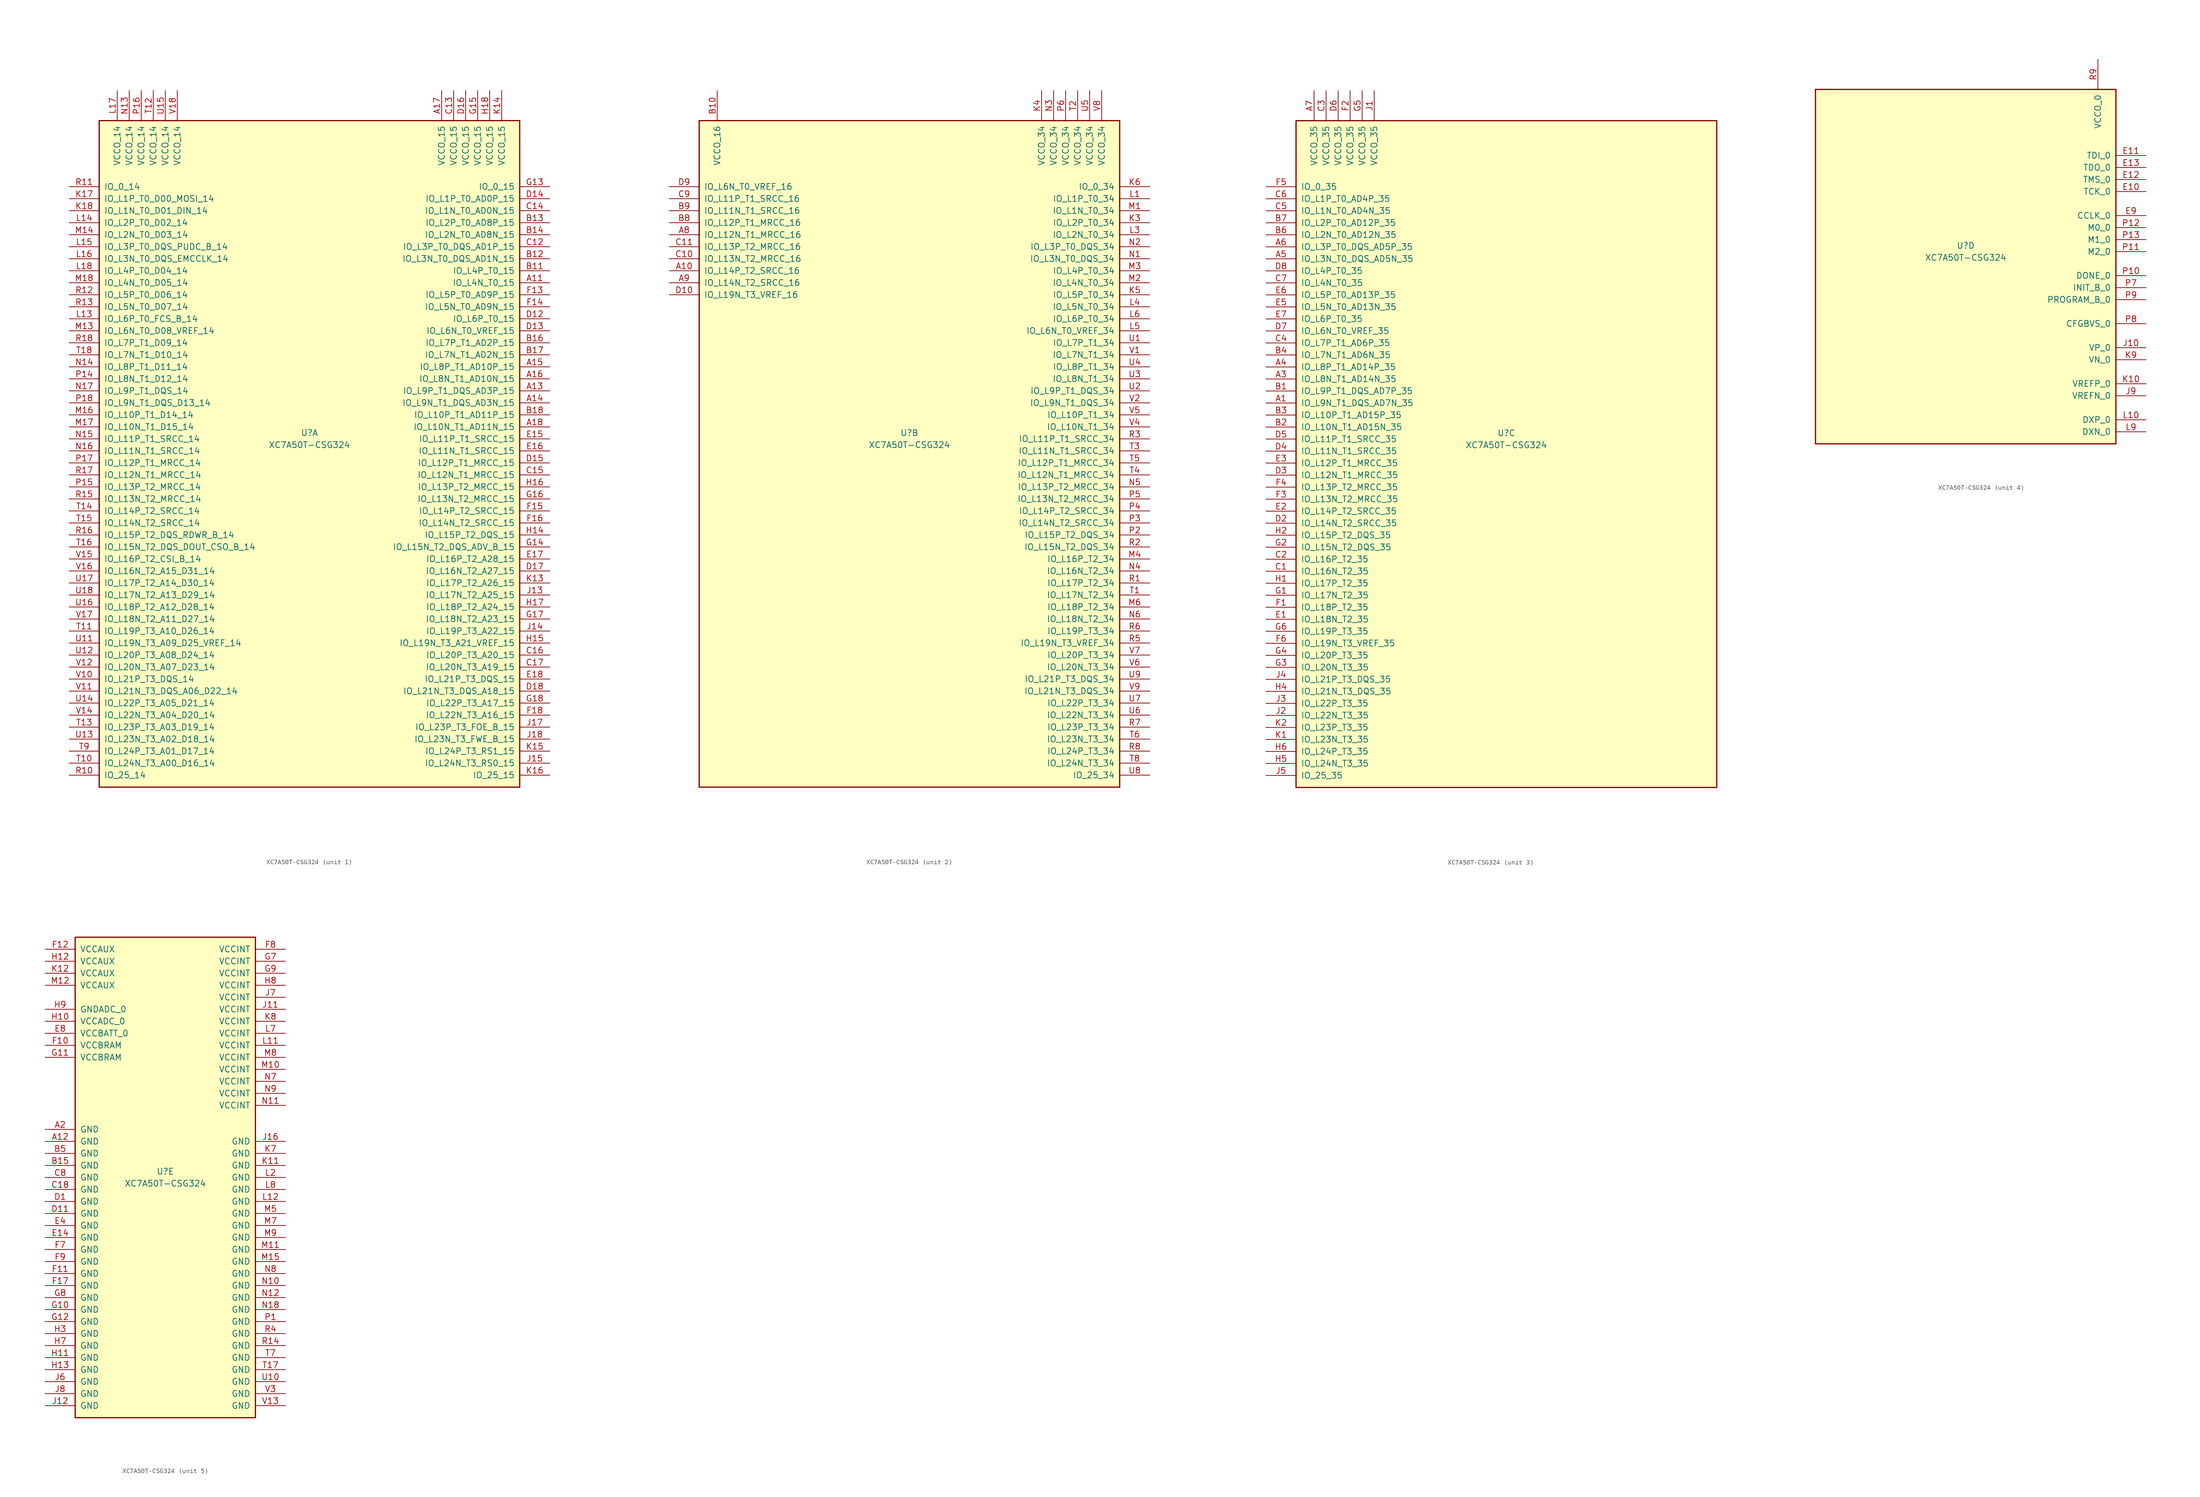
<source format=kicad_sym>
(kicad_symbol_lib
  (version 20231120)
  (generator "kicad_symbol_editor")
  (generator_version "8.0")
  (symbol "XC7A50T-CSG324"
    (pin_names
      (offset 1.016))
    (property "Reference" "U"
      (at 0 1.27 0)
      (effects (font (size 1.27 1.27))))
    (property "Value" "XC7A50T-CSG324"
      (at 0 -1.27 0)
      (effects (font (size 1.27 1.27))))
    (property "Datasheet" ""
      (at 0 0 0)
      (effects (font (size 1.27 1.27))))
    (property "ki_locked" ""
      (at 0 0 0)
      (effects (font (size 1.27 1.27))))
    (symbol "XC7A50T-CSG324_1_1"
      (rectangle (start -44.45 67.31) (end 44.45 -73.66) (stroke (width 0.254) (type solid)) (fill (type background)))
      (pin bidirectional line (at 50.8 33.02 180) (length 6.35) (name "IO_L4N_T0_15" (effects (font (size 1.27 1.27)))) (number "A11" (effects (font (size 1.27 1.27)))))
      (pin bidirectional line (at 50.8 10.16 180) (length 6.35) (name "IO_L9P_T1_DQS_AD3P_15" (effects (font (size 1.27 1.27)))) (number "A13" (effects (font (size 1.27 1.27)))))
      (pin bidirectional line (at 50.8 7.62 180) (length 6.35) (name "IO_L9N_T1_DQS_AD3N_15" (effects (font (size 1.27 1.27)))) (number "A14" (effects (font (size 1.27 1.27)))))
      (pin bidirectional line (at 50.8 15.24 180) (length 6.35) (name "IO_L8P_T1_AD10P_15" (effects (font (size 1.27 1.27)))) (number "A15" (effects (font (size 1.27 1.27)))))
      (pin bidirectional line (at 50.8 12.7 180) (length 6.35) (name "IO_L8N_T1_AD10N_15" (effects (font (size 1.27 1.27)))) (number "A16" (effects (font (size 1.27 1.27)))))
      (pin power_in line (at 27.94 73.66 270) (length 6.35) (name "VCCO_15" (effects (font (size 1.27 1.27)))) (number "A17" (effects (font (size 1.27 1.27)))))
      (pin bidirectional line (at 50.8 2.54 180) (length 6.35) (name "IO_L10N_T1_AD11N_15" (effects (font (size 1.27 1.27)))) (number "A18" (effects (font (size 1.27 1.27)))))
      (pin bidirectional line (at 50.8 35.56 180) (length 6.35) (name "IO_L4P_T0_15" (effects (font (size 1.27 1.27)))) (number "B11" (effects (font (size 1.27 1.27)))))
      (pin bidirectional line (at 50.8 38.1 180) (length 6.35) (name "IO_L3N_T0_DQS_AD1N_15" (effects (font (size 1.27 1.27)))) (number "B12" (effects (font (size 1.27 1.27)))))
      (pin bidirectional line (at 50.8 45.72 180) (length 6.35) (name "IO_L2P_T0_AD8P_15" (effects (font (size 1.27 1.27)))) (number "B13" (effects (font (size 1.27 1.27)))))
      (pin bidirectional line (at 50.8 43.18 180) (length 6.35) (name "IO_L2N_T0_AD8N_15" (effects (font (size 1.27 1.27)))) (number "B14" (effects (font (size 1.27 1.27)))))
      (pin bidirectional line (at 50.8 20.32 180) (length 6.35) (name "IO_L7P_T1_AD2P_15" (effects (font (size 1.27 1.27)))) (number "B16" (effects (font (size 1.27 1.27)))))
      (pin bidirectional line (at 50.8 17.78 180) (length 6.35) (name "IO_L7N_T1_AD2N_15" (effects (font (size 1.27 1.27)))) (number "B17" (effects (font (size 1.27 1.27)))))
      (pin bidirectional line (at 50.8 5.08 180) (length 6.35) (name "IO_L10P_T1_AD11P_15" (effects (font (size 1.27 1.27)))) (number "B18" (effects (font (size 1.27 1.27)))))
      (pin bidirectional line (at 50.8 40.64 180) (length 6.35) (name "IO_L3P_T0_DQS_AD1P_15" (effects (font (size 1.27 1.27)))) (number "C12" (effects (font (size 1.27 1.27)))))
      (pin power_in line (at 30.48 73.66 270) (length 6.35) (name "VCCO_15" (effects (font (size 1.27 1.27)))) (number "C13" (effects (font (size 1.27 1.27)))))
      (pin bidirectional line (at 50.8 48.26 180) (length 6.35) (name "IO_L1N_T0_AD0N_15" (effects (font (size 1.27 1.27)))) (number "C14" (effects (font (size 1.27 1.27)))))
      (pin bidirectional line (at 50.8 -7.62 180) (length 6.35) (name "IO_L12N_T1_MRCC_15" (effects (font (size 1.27 1.27)))) (number "C15" (effects (font (size 1.27 1.27)))))
      (pin bidirectional line (at 50.8 -45.72 180) (length 6.35) (name "IO_L20P_T3_A20_15" (effects (font (size 1.27 1.27)))) (number "C16" (effects (font (size 1.27 1.27)))))
      (pin bidirectional line (at 50.8 -48.26 180) (length 6.35) (name "IO_L20N_T3_A19_15" (effects (font (size 1.27 1.27)))) (number "C17" (effects (font (size 1.27 1.27)))))
      (pin bidirectional line (at 50.8 25.4 180) (length 6.35) (name "IO_L6P_T0_15" (effects (font (size 1.27 1.27)))) (number "D12" (effects (font (size 1.27 1.27)))))
      (pin bidirectional line (at 50.8 22.86 180) (length 6.35) (name "IO_L6N_T0_VREF_15" (effects (font (size 1.27 1.27)))) (number "D13" (effects (font (size 1.27 1.27)))))
      (pin bidirectional line (at 50.8 50.8 180) (length 6.35) (name "IO_L1P_T0_AD0P_15" (effects (font (size 1.27 1.27)))) (number "D14" (effects (font (size 1.27 1.27)))))
      (pin bidirectional line (at 50.8 -5.08 180) (length 6.35) (name "IO_L12P_T1_MRCC_15" (effects (font (size 1.27 1.27)))) (number "D15" (effects (font (size 1.27 1.27)))))
      (pin power_in line (at 33.02 73.66 270) (length 6.35) (name "VCCO_15" (effects (font (size 1.27 1.27)))) (number "D16" (effects (font (size 1.27 1.27)))))
      (pin bidirectional line (at 50.8 -27.94 180) (length 6.35) (name "IO_L16N_T2_A27_15" (effects (font (size 1.27 1.27)))) (number "D17" (effects (font (size 1.27 1.27)))))
      (pin bidirectional line (at 50.8 -53.34 180) (length 6.35) (name "IO_L21N_T3_DQS_A18_15" (effects (font (size 1.27 1.27)))) (number "D18" (effects (font (size 1.27 1.27)))))
      (pin bidirectional line (at 50.8 0 180) (length 6.35) (name "IO_L11P_T1_SRCC_15" (effects (font (size 1.27 1.27)))) (number "E15" (effects (font (size 1.27 1.27)))))
      (pin bidirectional line (at 50.8 -2.54 180) (length 6.35) (name "IO_L11N_T1_SRCC_15" (effects (font (size 1.27 1.27)))) (number "E16" (effects (font (size 1.27 1.27)))))
      (pin bidirectional line (at 50.8 -25.4 180) (length 6.35) (name "IO_L16P_T2_A28_15" (effects (font (size 1.27 1.27)))) (number "E17" (effects (font (size 1.27 1.27)))))
      (pin bidirectional line (at 50.8 -50.8 180) (length 6.35) (name "IO_L21P_T3_DQS_15" (effects (font (size 1.27 1.27)))) (number "E18" (effects (font (size 1.27 1.27)))))
      (pin bidirectional line (at 50.8 30.48 180) (length 6.35) (name "IO_L5P_T0_AD9P_15" (effects (font (size 1.27 1.27)))) (number "F13" (effects (font (size 1.27 1.27)))))
      (pin bidirectional line (at 50.8 27.94 180) (length 6.35) (name "IO_L5N_T0_AD9N_15" (effects (font (size 1.27 1.27)))) (number "F14" (effects (font (size 1.27 1.27)))))
      (pin bidirectional line (at 50.8 -15.24 180) (length 6.35) (name "IO_L14P_T2_SRCC_15" (effects (font (size 1.27 1.27)))) (number "F15" (effects (font (size 1.27 1.27)))))
      (pin bidirectional line (at 50.8 -17.78 180) (length 6.35) (name "IO_L14N_T2_SRCC_15" (effects (font (size 1.27 1.27)))) (number "F16" (effects (font (size 1.27 1.27)))))
      (pin bidirectional line (at 50.8 -58.42 180) (length 6.35) (name "IO_L22N_T3_A16_15" (effects (font (size 1.27 1.27)))) (number "F18" (effects (font (size 1.27 1.27)))))
      (pin bidirectional line (at 50.8 53.34 180) (length 6.35) (name "IO_0_15" (effects (font (size 1.27 1.27)))) (number "G13" (effects (font (size 1.27 1.27)))))
      (pin bidirectional line (at 50.8 -22.86 180) (length 6.35) (name "IO_L15N_T2_DQS_ADV_B_15" (effects (font (size 1.27 1.27)))) (number "G14" (effects (font (size 1.27 1.27)))))
      (pin power_in line (at 35.56 73.66 270) (length 6.35) (name "VCCO_15" (effects (font (size 1.27 1.27)))) (number "G15" (effects (font (size 1.27 1.27)))))
      (pin bidirectional line (at 50.8 -12.7 180) (length 6.35) (name "IO_L13N_T2_MRCC_15" (effects (font (size 1.27 1.27)))) (number "G16" (effects (font (size 1.27 1.27)))))
      (pin bidirectional line (at 50.8 -38.1 180) (length 6.35) (name "IO_L18N_T2_A23_15" (effects (font (size 1.27 1.27)))) (number "G17" (effects (font (size 1.27 1.27)))))
      (pin bidirectional line (at 50.8 -55.88 180) (length 6.35) (name "IO_L22P_T3_A17_15" (effects (font (size 1.27 1.27)))) (number "G18" (effects (font (size 1.27 1.27)))))
      (pin bidirectional line (at 50.8 -20.32 180) (length 6.35) (name "IO_L15P_T2_DQS_15" (effects (font (size 1.27 1.27)))) (number "H14" (effects (font (size 1.27 1.27)))))
      (pin bidirectional line (at 50.8 -43.18 180) (length 6.35) (name "IO_L19N_T3_A21_VREF_15" (effects (font (size 1.27 1.27)))) (number "H15" (effects (font (size 1.27 1.27)))))
      (pin bidirectional line (at 50.8 -10.16 180) (length 6.35) (name "IO_L13P_T2_MRCC_15" (effects (font (size 1.27 1.27)))) (number "H16" (effects (font (size 1.27 1.27)))))
      (pin bidirectional line (at 50.8 -35.56 180) (length 6.35) (name "IO_L18P_T2_A24_15" (effects (font (size 1.27 1.27)))) (number "H17" (effects (font (size 1.27 1.27)))))
      (pin power_in line (at 38.1 73.66 270) (length 6.35) (name "VCCO_15" (effects (font (size 1.27 1.27)))) (number "H18" (effects (font (size 1.27 1.27)))))
      (pin bidirectional line (at 50.8 -33.02 180) (length 6.35) (name "IO_L17N_T2_A25_15" (effects (font (size 1.27 1.27)))) (number "J13" (effects (font (size 1.27 1.27)))))
      (pin bidirectional line (at 50.8 -40.64 180) (length 6.35) (name "IO_L19P_T3_A22_15" (effects (font (size 1.27 1.27)))) (number "J14" (effects (font (size 1.27 1.27)))))
      (pin bidirectional line (at 50.8 -68.58 180) (length 6.35) (name "IO_L24N_T3_RS0_15" (effects (font (size 1.27 1.27)))) (number "J15" (effects (font (size 1.27 1.27)))))
      (pin bidirectional line (at 50.8 -60.96 180) (length 6.35) (name "IO_L23P_T3_FOE_B_15" (effects (font (size 1.27 1.27)))) (number "J17" (effects (font (size 1.27 1.27)))))
      (pin bidirectional line (at 50.8 -63.5 180) (length 6.35) (name "IO_L23N_T3_FWE_B_15" (effects (font (size 1.27 1.27)))) (number "J18" (effects (font (size 1.27 1.27)))))
      (pin bidirectional line (at 50.8 -30.48 180) (length 6.35) (name "IO_L17P_T2_A26_15" (effects (font (size 1.27 1.27)))) (number "K13" (effects (font (size 1.27 1.27)))))
      (pin power_in line (at 40.64 73.66 270) (length 6.35) (name "VCCO_15" (effects (font (size 1.27 1.27)))) (number "K14" (effects (font (size 1.27 1.27)))))
      (pin bidirectional line (at 50.8 -66.04 180) (length 6.35) (name "IO_L24P_T3_RS1_15" (effects (font (size 1.27 1.27)))) (number "K15" (effects (font (size 1.27 1.27)))))
      (pin bidirectional line (at 50.8 -71.12 180) (length 6.35) (name "IO_25_15" (effects (font (size 1.27 1.27)))) (number "K16" (effects (font (size 1.27 1.27)))))
      (pin bidirectional line (at -50.8 50.8 0) (length 6.35) (name "IO_L1P_T0_D00_MOSI_14" (effects (font (size 1.27 1.27)))) (number "K17" (effects (font (size 1.27 1.27)))))
      (pin bidirectional line (at -50.8 48.26 0) (length 6.35) (name "IO_L1N_T0_D01_DIN_14" (effects (font (size 1.27 1.27)))) (number "K18" (effects (font (size 1.27 1.27)))))
      (pin bidirectional line (at -50.8 25.4 0) (length 6.35) (name "IO_L6P_T0_FCS_B_14" (effects (font (size 1.27 1.27)))) (number "L13" (effects (font (size 1.27 1.27)))))
      (pin bidirectional line (at -50.8 45.72 0) (length 6.35) (name "IO_L2P_T0_D02_14" (effects (font (size 1.27 1.27)))) (number "L14" (effects (font (size 1.27 1.27)))))
      (pin bidirectional line (at -50.8 40.64 0) (length 6.35) (name "IO_L3P_T0_DQS_PUDC_B_14" (effects (font (size 1.27 1.27)))) (number "L15" (effects (font (size 1.27 1.27)))))
      (pin bidirectional line (at -50.8 38.1 0) (length 6.35) (name "IO_L3N_T0_DQS_EMCCLK_14" (effects (font (size 1.27 1.27)))) (number "L16" (effects (font (size 1.27 1.27)))))
      (pin power_in line (at -40.64 73.66 270) (length 6.35) (name "VCCO_14" (effects (font (size 1.27 1.27)))) (number "L17" (effects (font (size 1.27 1.27)))))
      (pin bidirectional line (at -50.8 35.56 0) (length 6.35) (name "IO_L4P_T0_D04_14" (effects (font (size 1.27 1.27)))) (number "L18" (effects (font (size 1.27 1.27)))))
      (pin bidirectional line (at -50.8 22.86 0) (length 6.35) (name "IO_L6N_T0_D08_VREF_14" (effects (font (size 1.27 1.27)))) (number "M13" (effects (font (size 1.27 1.27)))))
      (pin bidirectional line (at -50.8 43.18 0) (length 6.35) (name "IO_L2N_T0_D03_14" (effects (font (size 1.27 1.27)))) (number "M14" (effects (font (size 1.27 1.27)))))
      (pin bidirectional line (at -50.8 5.08 0) (length 6.35) (name "IO_L10P_T1_D14_14" (effects (font (size 1.27 1.27)))) (number "M16" (effects (font (size 1.27 1.27)))))
      (pin bidirectional line (at -50.8 2.54 0) (length 6.35) (name "IO_L10N_T1_D15_14" (effects (font (size 1.27 1.27)))) (number "M17" (effects (font (size 1.27 1.27)))))
      (pin bidirectional line (at -50.8 33.02 0) (length 6.35) (name "IO_L4N_T0_D05_14" (effects (font (size 1.27 1.27)))) (number "M18" (effects (font (size 1.27 1.27)))))
      (pin power_in line (at -38.1 73.66 270) (length 6.35) (name "VCCO_14" (effects (font (size 1.27 1.27)))) (number "N13" (effects (font (size 1.27 1.27)))))
      (pin bidirectional line (at -50.8 15.24 0) (length 6.35) (name "IO_L8P_T1_D11_14" (effects (font (size 1.27 1.27)))) (number "N14" (effects (font (size 1.27 1.27)))))
      (pin bidirectional line (at -50.8 0 0) (length 6.35) (name "IO_L11P_T1_SRCC_14" (effects (font (size 1.27 1.27)))) (number "N15" (effects (font (size 1.27 1.27)))))
      (pin bidirectional line (at -50.8 -2.54 0) (length 6.35) (name "IO_L11N_T1_SRCC_14" (effects (font (size 1.27 1.27)))) (number "N16" (effects (font (size 1.27 1.27)))))
      (pin bidirectional line (at -50.8 10.16 0) (length 6.35) (name "IO_L9P_T1_DQS_14" (effects (font (size 1.27 1.27)))) (number "N17" (effects (font (size 1.27 1.27)))))
      (pin bidirectional line (at -50.8 12.7 0) (length 6.35) (name "IO_L8N_T1_D12_14" (effects (font (size 1.27 1.27)))) (number "P14" (effects (font (size 1.27 1.27)))))
      (pin bidirectional line (at -50.8 -10.16 0) (length 6.35) (name "IO_L13P_T2_MRCC_14" (effects (font (size 1.27 1.27)))) (number "P15" (effects (font (size 1.27 1.27)))))
      (pin power_in line (at -35.56 73.66 270) (length 6.35) (name "VCCO_14" (effects (font (size 1.27 1.27)))) (number "P16" (effects (font (size 1.27 1.27)))))
      (pin bidirectional line (at -50.8 -5.08 0) (length 6.35) (name "IO_L12P_T1_MRCC_14" (effects (font (size 1.27 1.27)))) (number "P17" (effects (font (size 1.27 1.27)))))
      (pin bidirectional line (at -50.8 7.62 0) (length 6.35) (name "IO_L9N_T1_DQS_D13_14" (effects (font (size 1.27 1.27)))) (number "P18" (effects (font (size 1.27 1.27)))))
      (pin bidirectional line (at -50.8 -71.12 0) (length 6.35) (name "IO_25_14" (effects (font (size 1.27 1.27)))) (number "R10" (effects (font (size 1.27 1.27)))))
      (pin bidirectional line (at -50.8 53.34 0) (length 6.35) (name "IO_0_14" (effects (font (size 1.27 1.27)))) (number "R11" (effects (font (size 1.27 1.27)))))
      (pin bidirectional line (at -50.8 30.48 0) (length 6.35) (name "IO_L5P_T0_D06_14" (effects (font (size 1.27 1.27)))) (number "R12" (effects (font (size 1.27 1.27)))))
      (pin bidirectional line (at -50.8 27.94 0) (length 6.35) (name "IO_L5N_T0_D07_14" (effects (font (size 1.27 1.27)))) (number "R13" (effects (font (size 1.27 1.27)))))
      (pin bidirectional line (at -50.8 -12.7 0) (length 6.35) (name "IO_L13N_T2_MRCC_14" (effects (font (size 1.27 1.27)))) (number "R15" (effects (font (size 1.27 1.27)))))
      (pin bidirectional line (at -50.8 -20.32 0) (length 6.35) (name "IO_L15P_T2_DQS_RDWR_B_14" (effects (font (size 1.27 1.27)))) (number "R16" (effects (font (size 1.27 1.27)))))
      (pin bidirectional line (at -50.8 -7.62 0) (length 6.35) (name "IO_L12N_T1_MRCC_14" (effects (font (size 1.27 1.27)))) (number "R17" (effects (font (size 1.27 1.27)))))
      (pin bidirectional line (at -50.8 20.32 0) (length 6.35) (name "IO_L7P_T1_D09_14" (effects (font (size 1.27 1.27)))) (number "R18" (effects (font (size 1.27 1.27)))))
      (pin bidirectional line (at -50.8 -68.58 0) (length 6.35) (name "IO_L24N_T3_A00_D16_14" (effects (font (size 1.27 1.27)))) (number "T10" (effects (font (size 1.27 1.27)))))
      (pin bidirectional line (at -50.8 -40.64 0) (length 6.35) (name "IO_L19P_T3_A10_D26_14" (effects (font (size 1.27 1.27)))) (number "T11" (effects (font (size 1.27 1.27)))))
      (pin power_in line (at -33.02 73.66 270) (length 6.35) (name "VCCO_14" (effects (font (size 1.27 1.27)))) (number "T12" (effects (font (size 1.27 1.27)))))
      (pin bidirectional line (at -50.8 -60.96 0) (length 6.35) (name "IO_L23P_T3_A03_D19_14" (effects (font (size 1.27 1.27)))) (number "T13" (effects (font (size 1.27 1.27)))))
      (pin bidirectional line (at -50.8 -15.24 0) (length 6.35) (name "IO_L14P_T2_SRCC_14" (effects (font (size 1.27 1.27)))) (number "T14" (effects (font (size 1.27 1.27)))))
      (pin bidirectional line (at -50.8 -17.78 0) (length 6.35) (name "IO_L14N_T2_SRCC_14" (effects (font (size 1.27 1.27)))) (number "T15" (effects (font (size 1.27 1.27)))))
      (pin bidirectional line (at -50.8 -22.86 0) (length 6.35) (name "IO_L15N_T2_DQS_DOUT_CSO_B_14" (effects (font (size 1.27 1.27)))) (number "T16" (effects (font (size 1.27 1.27)))))
      (pin bidirectional line (at -50.8 17.78 0) (length 6.35) (name "IO_L7N_T1_D10_14" (effects (font (size 1.27 1.27)))) (number "T18" (effects (font (size 1.27 1.27)))))
      (pin bidirectional line (at -50.8 -66.04 0) (length 6.35) (name "IO_L24P_T3_A01_D17_14" (effects (font (size 1.27 1.27)))) (number "T9" (effects (font (size 1.27 1.27)))))
      (pin bidirectional line (at -50.8 -43.18 0) (length 6.35) (name "IO_L19N_T3_A09_D25_VREF_14" (effects (font (size 1.27 1.27)))) (number "U11" (effects (font (size 1.27 1.27)))))
      (pin bidirectional line (at -50.8 -45.72 0) (length 6.35) (name "IO_L20P_T3_A08_D24_14" (effects (font (size 1.27 1.27)))) (number "U12" (effects (font (size 1.27 1.27)))))
      (pin bidirectional line (at -50.8 -63.5 0) (length 6.35) (name "IO_L23N_T3_A02_D18_14" (effects (font (size 1.27 1.27)))) (number "U13" (effects (font (size 1.27 1.27)))))
      (pin bidirectional line (at -50.8 -55.88 0) (length 6.35) (name "IO_L22P_T3_A05_D21_14" (effects (font (size 1.27 1.27)))) (number "U14" (effects (font (size 1.27 1.27)))))
      (pin power_in line (at -30.48 73.66 270) (length 6.35) (name "VCCO_14" (effects (font (size 1.27 1.27)))) (number "U15" (effects (font (size 1.27 1.27)))))
      (pin bidirectional line (at -50.8 -35.56 0) (length 6.35) (name "IO_L18P_T2_A12_D28_14" (effects (font (size 1.27 1.27)))) (number "U16" (effects (font (size 1.27 1.27)))))
      (pin bidirectional line (at -50.8 -30.48 0) (length 6.35) (name "IO_L17P_T2_A14_D30_14" (effects (font (size 1.27 1.27)))) (number "U17" (effects (font (size 1.27 1.27)))))
      (pin bidirectional line (at -50.8 -33.02 0) (length 6.35) (name "IO_L17N_T2_A13_D29_14" (effects (font (size 1.27 1.27)))) (number "U18" (effects (font (size 1.27 1.27)))))
      (pin bidirectional line (at -50.8 -50.8 0) (length 6.35) (name "IO_L21P_T3_DQS_14" (effects (font (size 1.27 1.27)))) (number "V10" (effects (font (size 1.27 1.27)))))
      (pin bidirectional line (at -50.8 -53.34 0) (length 6.35) (name "IO_L21N_T3_DQS_A06_D22_14" (effects (font (size 1.27 1.27)))) (number "V11" (effects (font (size 1.27 1.27)))))
      (pin bidirectional line (at -50.8 -48.26 0) (length 6.35) (name "IO_L20N_T3_A07_D23_14" (effects (font (size 1.27 1.27)))) (number "V12" (effects (font (size 1.27 1.27)))))
      (pin bidirectional line (at -50.8 -58.42 0) (length 6.35) (name "IO_L22N_T3_A04_D20_14" (effects (font (size 1.27 1.27)))) (number "V14" (effects (font (size 1.27 1.27)))))
      (pin bidirectional line (at -50.8 -25.4 0) (length 6.35) (name "IO_L16P_T2_CSI_B_14" (effects (font (size 1.27 1.27)))) (number "V15" (effects (font (size 1.27 1.27)))))
      (pin bidirectional line (at -50.8 -27.94 0) (length 6.35) (name "IO_L16N_T2_A15_D31_14" (effects (font (size 1.27 1.27)))) (number "V16" (effects (font (size 1.27 1.27)))))
      (pin bidirectional line (at -50.8 -38.1 0) (length 6.35) (name "IO_L18N_T2_A11_D27_14" (effects (font (size 1.27 1.27)))) (number "V17" (effects (font (size 1.27 1.27)))))
      (pin power_in line (at -27.94 73.66 270) (length 6.35) (name "VCCO_14" (effects (font (size 1.27 1.27)))) (number "V18" (effects (font (size 1.27 1.27))))))
    (symbol "XC7A50T-CSG324_2_1"
      (rectangle (start -44.45 67.31) (end 44.45 -73.66) (stroke (width 0.254) (type solid)) (fill (type background)))
      (pin bidirectional line (at -50.8 35.56 0) (length 6.35) (name "IO_L14P_T2_SRCC_16" (effects (font (size 1.27 1.27)))) (number "A10" (effects (font (size 1.27 1.27)))))
      (pin bidirectional line (at -50.8 43.18 0) (length 6.35) (name "IO_L12N_T1_MRCC_16" (effects (font (size 1.27 1.27)))) (number "A8" (effects (font (size 1.27 1.27)))))
      (pin bidirectional line (at -50.8 33.02 0) (length 6.35) (name "IO_L14N_T2_SRCC_16" (effects (font (size 1.27 1.27)))) (number "A9" (effects (font (size 1.27 1.27)))))
      (pin power_in line (at -40.64 73.66 270) (length 6.35) (name "VCCO_16" (effects (font (size 1.27 1.27)))) (number "B10" (effects (font (size 1.27 1.27)))))
      (pin bidirectional line (at -50.8 45.72 0) (length 6.35) (name "IO_L12P_T1_MRCC_16" (effects (font (size 1.27 1.27)))) (number "B8" (effects (font (size 1.27 1.27)))))
      (pin bidirectional line (at -50.8 48.26 0) (length 6.35) (name "IO_L11N_T1_SRCC_16" (effects (font (size 1.27 1.27)))) (number "B9" (effects (font (size 1.27 1.27)))))
      (pin bidirectional line (at -50.8 38.1 0) (length 6.35) (name "IO_L13N_T2_MRCC_16" (effects (font (size 1.27 1.27)))) (number "C10" (effects (font (size 1.27 1.27)))))
      (pin bidirectional line (at -50.8 40.64 0) (length 6.35) (name "IO_L13P_T2_MRCC_16" (effects (font (size 1.27 1.27)))) (number "C11" (effects (font (size 1.27 1.27)))))
      (pin bidirectional line (at -50.8 50.8 0) (length 6.35) (name "IO_L11P_T1_SRCC_16" (effects (font (size 1.27 1.27)))) (number "C9" (effects (font (size 1.27 1.27)))))
      (pin bidirectional line (at -50.8 30.48 0) (length 6.35) (name "IO_L19N_T3_VREF_16" (effects (font (size 1.27 1.27)))) (number "D10" (effects (font (size 1.27 1.27)))))
      (pin bidirectional line (at -50.8 53.34 0) (length 6.35) (name "IO_L6N_T0_VREF_16" (effects (font (size 1.27 1.27)))) (number "D9" (effects (font (size 1.27 1.27)))))
      (pin bidirectional line (at 50.8 45.72 180) (length 6.35) (name "IO_L2P_T0_34" (effects (font (size 1.27 1.27)))) (number "K3" (effects (font (size 1.27 1.27)))))
      (pin power_in line (at 27.94 73.66 270) (length 6.35) (name "VCCO_34" (effects (font (size 1.27 1.27)))) (number "K4" (effects (font (size 1.27 1.27)))))
      (pin bidirectional line (at 50.8 30.48 180) (length 6.35) (name "IO_L5P_T0_34" (effects (font (size 1.27 1.27)))) (number "K5" (effects (font (size 1.27 1.27)))))
      (pin bidirectional line (at 50.8 53.34 180) (length 6.35) (name "IO_0_34" (effects (font (size 1.27 1.27)))) (number "K6" (effects (font (size 1.27 1.27)))))
      (pin bidirectional line (at 50.8 50.8 180) (length 6.35) (name "IO_L1P_T0_34" (effects (font (size 1.27 1.27)))) (number "L1" (effects (font (size 1.27 1.27)))))
      (pin bidirectional line (at 50.8 43.18 180) (length 6.35) (name "IO_L2N_T0_34" (effects (font (size 1.27 1.27)))) (number "L3" (effects (font (size 1.27 1.27)))))
      (pin bidirectional line (at 50.8 27.94 180) (length 6.35) (name "IO_L5N_T0_34" (effects (font (size 1.27 1.27)))) (number "L4" (effects (font (size 1.27 1.27)))))
      (pin bidirectional line (at 50.8 22.86 180) (length 6.35) (name "IO_L6N_T0_VREF_34" (effects (font (size 1.27 1.27)))) (number "L5" (effects (font (size 1.27 1.27)))))
      (pin bidirectional line (at 50.8 25.4 180) (length 6.35) (name "IO_L6P_T0_34" (effects (font (size 1.27 1.27)))) (number "L6" (effects (font (size 1.27 1.27)))))
      (pin bidirectional line (at 50.8 48.26 180) (length 6.35) (name "IO_L1N_T0_34" (effects (font (size 1.27 1.27)))) (number "M1" (effects (font (size 1.27 1.27)))))
      (pin bidirectional line (at 50.8 33.02 180) (length 6.35) (name "IO_L4N_T0_34" (effects (font (size 1.27 1.27)))) (number "M2" (effects (font (size 1.27 1.27)))))
      (pin bidirectional line (at 50.8 35.56 180) (length 6.35) (name "IO_L4P_T0_34" (effects (font (size 1.27 1.27)))) (number "M3" (effects (font (size 1.27 1.27)))))
      (pin bidirectional line (at 50.8 -25.4 180) (length 6.35) (name "IO_L16P_T2_34" (effects (font (size 1.27 1.27)))) (number "M4" (effects (font (size 1.27 1.27)))))
      (pin bidirectional line (at 50.8 -35.56 180) (length 6.35) (name "IO_L18P_T2_34" (effects (font (size 1.27 1.27)))) (number "M6" (effects (font (size 1.27 1.27)))))
      (pin bidirectional line (at 50.8 38.1 180) (length 6.35) (name "IO_L3N_T0_DQS_34" (effects (font (size 1.27 1.27)))) (number "N1" (effects (font (size 1.27 1.27)))))
      (pin bidirectional line (at 50.8 40.64 180) (length 6.35) (name "IO_L3P_T0_DQS_34" (effects (font (size 1.27 1.27)))) (number "N2" (effects (font (size 1.27 1.27)))))
      (pin power_in line (at 30.48 73.66 270) (length 6.35) (name "VCCO_34" (effects (font (size 1.27 1.27)))) (number "N3" (effects (font (size 1.27 1.27)))))
      (pin bidirectional line (at 50.8 -27.94 180) (length 6.35) (name "IO_L16N_T2_34" (effects (font (size 1.27 1.27)))) (number "N4" (effects (font (size 1.27 1.27)))))
      (pin bidirectional line (at 50.8 -10.16 180) (length 6.35) (name "IO_L13P_T2_MRCC_34" (effects (font (size 1.27 1.27)))) (number "N5" (effects (font (size 1.27 1.27)))))
      (pin bidirectional line (at 50.8 -38.1 180) (length 6.35) (name "IO_L18N_T2_34" (effects (font (size 1.27 1.27)))) (number "N6" (effects (font (size 1.27 1.27)))))
      (pin bidirectional line (at 50.8 -20.32 180) (length 6.35) (name "IO_L15P_T2_DQS_34" (effects (font (size 1.27 1.27)))) (number "P2" (effects (font (size 1.27 1.27)))))
      (pin bidirectional line (at 50.8 -17.78 180) (length 6.35) (name "IO_L14N_T2_SRCC_34" (effects (font (size 1.27 1.27)))) (number "P3" (effects (font (size 1.27 1.27)))))
      (pin bidirectional line (at 50.8 -15.24 180) (length 6.35) (name "IO_L14P_T2_SRCC_34" (effects (font (size 1.27 1.27)))) (number "P4" (effects (font (size 1.27 1.27)))))
      (pin bidirectional line (at 50.8 -12.7 180) (length 6.35) (name "IO_L13N_T2_MRCC_34" (effects (font (size 1.27 1.27)))) (number "P5" (effects (font (size 1.27 1.27)))))
      (pin power_in line (at 33.02 73.66 270) (length 6.35) (name "VCCO_34" (effects (font (size 1.27 1.27)))) (number "P6" (effects (font (size 1.27 1.27)))))
      (pin bidirectional line (at 50.8 -30.48 180) (length 6.35) (name "IO_L17P_T2_34" (effects (font (size 1.27 1.27)))) (number "R1" (effects (font (size 1.27 1.27)))))
      (pin bidirectional line (at 50.8 -22.86 180) (length 6.35) (name "IO_L15N_T2_DQS_34" (effects (font (size 1.27 1.27)))) (number "R2" (effects (font (size 1.27 1.27)))))
      (pin bidirectional line (at 50.8 0 180) (length 6.35) (name "IO_L11P_T1_SRCC_34" (effects (font (size 1.27 1.27)))) (number "R3" (effects (font (size 1.27 1.27)))))
      (pin bidirectional line (at 50.8 -43.18 180) (length 6.35) (name "IO_L19N_T3_VREF_34" (effects (font (size 1.27 1.27)))) (number "R5" (effects (font (size 1.27 1.27)))))
      (pin bidirectional line (at 50.8 -40.64 180) (length 6.35) (name "IO_L19P_T3_34" (effects (font (size 1.27 1.27)))) (number "R6" (effects (font (size 1.27 1.27)))))
      (pin bidirectional line (at 50.8 -60.96 180) (length 6.35) (name "IO_L23P_T3_34" (effects (font (size 1.27 1.27)))) (number "R7" (effects (font (size 1.27 1.27)))))
      (pin bidirectional line (at 50.8 -66.04 180) (length 6.35) (name "IO_L24P_T3_34" (effects (font (size 1.27 1.27)))) (number "R8" (effects (font (size 1.27 1.27)))))
      (pin bidirectional line (at 50.8 -33.02 180) (length 6.35) (name "IO_L17N_T2_34" (effects (font (size 1.27 1.27)))) (number "T1" (effects (font (size 1.27 1.27)))))
      (pin power_in line (at 35.56 73.66 270) (length 6.35) (name "VCCO_34" (effects (font (size 1.27 1.27)))) (number "T2" (effects (font (size 1.27 1.27)))))
      (pin bidirectional line (at 50.8 -2.54 180) (length 6.35) (name "IO_L11N_T1_SRCC_34" (effects (font (size 1.27 1.27)))) (number "T3" (effects (font (size 1.27 1.27)))))
      (pin bidirectional line (at 50.8 -7.62 180) (length 6.35) (name "IO_L12N_T1_MRCC_34" (effects (font (size 1.27 1.27)))) (number "T4" (effects (font (size 1.27 1.27)))))
      (pin bidirectional line (at 50.8 -5.08 180) (length 6.35) (name "IO_L12P_T1_MRCC_34" (effects (font (size 1.27 1.27)))) (number "T5" (effects (font (size 1.27 1.27)))))
      (pin bidirectional line (at 50.8 -63.5 180) (length 6.35) (name "IO_L23N_T3_34" (effects (font (size 1.27 1.27)))) (number "T6" (effects (font (size 1.27 1.27)))))
      (pin bidirectional line (at 50.8 -68.58 180) (length 6.35) (name "IO_L24N_T3_34" (effects (font (size 1.27 1.27)))) (number "T8" (effects (font (size 1.27 1.27)))))
      (pin bidirectional line (at 50.8 20.32 180) (length 6.35) (name "IO_L7P_T1_34" (effects (font (size 1.27 1.27)))) (number "U1" (effects (font (size 1.27 1.27)))))
      (pin bidirectional line (at 50.8 10.16 180) (length 6.35) (name "IO_L9P_T1_DQS_34" (effects (font (size 1.27 1.27)))) (number "U2" (effects (font (size 1.27 1.27)))))
      (pin bidirectional line (at 50.8 12.7 180) (length 6.35) (name "IO_L8N_T1_34" (effects (font (size 1.27 1.27)))) (number "U3" (effects (font (size 1.27 1.27)))))
      (pin bidirectional line (at 50.8 15.24 180) (length 6.35) (name "IO_L8P_T1_34" (effects (font (size 1.27 1.27)))) (number "U4" (effects (font (size 1.27 1.27)))))
      (pin power_in line (at 38.1 73.66 270) (length 6.35) (name "VCCO_34" (effects (font (size 1.27 1.27)))) (number "U5" (effects (font (size 1.27 1.27)))))
      (pin bidirectional line (at 50.8 -58.42 180) (length 6.35) (name "IO_L22N_T3_34" (effects (font (size 1.27 1.27)))) (number "U6" (effects (font (size 1.27 1.27)))))
      (pin bidirectional line (at 50.8 -55.88 180) (length 6.35) (name "IO_L22P_T3_34" (effects (font (size 1.27 1.27)))) (number "U7" (effects (font (size 1.27 1.27)))))
      (pin bidirectional line (at 50.8 -71.12 180) (length 6.35) (name "IO_25_34" (effects (font (size 1.27 1.27)))) (number "U8" (effects (font (size 1.27 1.27)))))
      (pin bidirectional line (at 50.8 -50.8 180) (length 6.35) (name "IO_L21P_T3_DQS_34" (effects (font (size 1.27 1.27)))) (number "U9" (effects (font (size 1.27 1.27)))))
      (pin bidirectional line (at 50.8 17.78 180) (length 6.35) (name "IO_L7N_T1_34" (effects (font (size 1.27 1.27)))) (number "V1" (effects (font (size 1.27 1.27)))))
      (pin bidirectional line (at 50.8 7.62 180) (length 6.35) (name "IO_L9N_T1_DQS_34" (effects (font (size 1.27 1.27)))) (number "V2" (effects (font (size 1.27 1.27)))))
      (pin bidirectional line (at 50.8 2.54 180) (length 6.35) (name "IO_L10N_T1_34" (effects (font (size 1.27 1.27)))) (number "V4" (effects (font (size 1.27 1.27)))))
      (pin bidirectional line (at 50.8 5.08 180) (length 6.35) (name "IO_L10P_T1_34" (effects (font (size 1.27 1.27)))) (number "V5" (effects (font (size 1.27 1.27)))))
      (pin bidirectional line (at 50.8 -48.26 180) (length 6.35) (name "IO_L20N_T3_34" (effects (font (size 1.27 1.27)))) (number "V6" (effects (font (size 1.27 1.27)))))
      (pin bidirectional line (at 50.8 -45.72 180) (length 6.35) (name "IO_L20P_T3_34" (effects (font (size 1.27 1.27)))) (number "V7" (effects (font (size 1.27 1.27)))))
      (pin power_in line (at 40.64 73.66 270) (length 6.35) (name "VCCO_34" (effects (font (size 1.27 1.27)))) (number "V8" (effects (font (size 1.27 1.27)))))
      (pin bidirectional line (at 50.8 -53.34 180) (length 6.35) (name "IO_L21N_T3_DQS_34" (effects (font (size 1.27 1.27)))) (number "V9" (effects (font (size 1.27 1.27))))))
    (symbol "XC7A50T-CSG324_3_1"
      (rectangle (start -44.45 67.31) (end 44.45 -73.66) (stroke (width 0.254) (type solid)) (fill (type background)))
      (pin bidirectional line (at -50.8 7.62 0) (length 6.35) (name "IO_L9N_T1_DQS_AD7N_35" (effects (font (size 1.27 1.27)))) (number "A1" (effects (font (size 1.27 1.27)))))
      (pin bidirectional line (at -50.8 12.7 0) (length 6.35) (name "IO_L8N_T1_AD14N_35" (effects (font (size 1.27 1.27)))) (number "A3" (effects (font (size 1.27 1.27)))))
      (pin bidirectional line (at -50.8 15.24 0) (length 6.35) (name "IO_L8P_T1_AD14P_35" (effects (font (size 1.27 1.27)))) (number "A4" (effects (font (size 1.27 1.27)))))
      (pin bidirectional line (at -50.8 38.1 0) (length 6.35) (name "IO_L3N_T0_DQS_AD5N_35" (effects (font (size 1.27 1.27)))) (number "A5" (effects (font (size 1.27 1.27)))))
      (pin bidirectional line (at -50.8 40.64 0) (length 6.35) (name "IO_L3P_T0_DQS_AD5P_35" (effects (font (size 1.27 1.27)))) (number "A6" (effects (font (size 1.27 1.27)))))
      (pin power_in line (at -40.64 73.66 270) (length 6.35) (name "VCCO_35" (effects (font (size 1.27 1.27)))) (number "A7" (effects (font (size 1.27 1.27)))))
      (pin bidirectional line (at -50.8 10.16 0) (length 6.35) (name "IO_L9P_T1_DQS_AD7P_35" (effects (font (size 1.27 1.27)))) (number "B1" (effects (font (size 1.27 1.27)))))
      (pin bidirectional line (at -50.8 2.54 0) (length 6.35) (name "IO_L10N_T1_AD15N_35" (effects (font (size 1.27 1.27)))) (number "B2" (effects (font (size 1.27 1.27)))))
      (pin bidirectional line (at -50.8 5.08 0) (length 6.35) (name "IO_L10P_T1_AD15P_35" (effects (font (size 1.27 1.27)))) (number "B3" (effects (font (size 1.27 1.27)))))
      (pin bidirectional line (at -50.8 17.78 0) (length 6.35) (name "IO_L7N_T1_AD6N_35" (effects (font (size 1.27 1.27)))) (number "B4" (effects (font (size 1.27 1.27)))))
      (pin bidirectional line (at -50.8 43.18 0) (length 6.35) (name "IO_L2N_T0_AD12N_35" (effects (font (size 1.27 1.27)))) (number "B6" (effects (font (size 1.27 1.27)))))
      (pin bidirectional line (at -50.8 45.72 0) (length 6.35) (name "IO_L2P_T0_AD12P_35" (effects (font (size 1.27 1.27)))) (number "B7" (effects (font (size 1.27 1.27)))))
      (pin bidirectional line (at -50.8 -27.94 0) (length 6.35) (name "IO_L16N_T2_35" (effects (font (size 1.27 1.27)))) (number "C1" (effects (font (size 1.27 1.27)))))
      (pin bidirectional line (at -50.8 -25.4 0) (length 6.35) (name "IO_L16P_T2_35" (effects (font (size 1.27 1.27)))) (number "C2" (effects (font (size 1.27 1.27)))))
      (pin power_in line (at -38.1 73.66 270) (length 6.35) (name "VCCO_35" (effects (font (size 1.27 1.27)))) (number "C3" (effects (font (size 1.27 1.27)))))
      (pin bidirectional line (at -50.8 20.32 0) (length 6.35) (name "IO_L7P_T1_AD6P_35" (effects (font (size 1.27 1.27)))) (number "C4" (effects (font (size 1.27 1.27)))))
      (pin bidirectional line (at -50.8 48.26 0) (length 6.35) (name "IO_L1N_T0_AD4N_35" (effects (font (size 1.27 1.27)))) (number "C5" (effects (font (size 1.27 1.27)))))
      (pin bidirectional line (at -50.8 50.8 0) (length 6.35) (name "IO_L1P_T0_AD4P_35" (effects (font (size 1.27 1.27)))) (number "C6" (effects (font (size 1.27 1.27)))))
      (pin bidirectional line (at -50.8 33.02 0) (length 6.35) (name "IO_L4N_T0_35" (effects (font (size 1.27 1.27)))) (number "C7" (effects (font (size 1.27 1.27)))))
      (pin bidirectional line (at -50.8 -17.78 0) (length 6.35) (name "IO_L14N_T2_SRCC_35" (effects (font (size 1.27 1.27)))) (number "D2" (effects (font (size 1.27 1.27)))))
      (pin bidirectional line (at -50.8 -7.62 0) (length 6.35) (name "IO_L12N_T1_MRCC_35" (effects (font (size 1.27 1.27)))) (number "D3" (effects (font (size 1.27 1.27)))))
      (pin bidirectional line (at -50.8 -2.54 0) (length 6.35) (name "IO_L11N_T1_SRCC_35" (effects (font (size 1.27 1.27)))) (number "D4" (effects (font (size 1.27 1.27)))))
      (pin bidirectional line (at -50.8 0 0) (length 6.35) (name "IO_L11P_T1_SRCC_35" (effects (font (size 1.27 1.27)))) (number "D5" (effects (font (size 1.27 1.27)))))
      (pin power_in line (at -35.56 73.66 270) (length 6.35) (name "VCCO_35" (effects (font (size 1.27 1.27)))) (number "D6" (effects (font (size 1.27 1.27)))))
      (pin bidirectional line (at -50.8 22.86 0) (length 6.35) (name "IO_L6N_T0_VREF_35" (effects (font (size 1.27 1.27)))) (number "D7" (effects (font (size 1.27 1.27)))))
      (pin bidirectional line (at -50.8 35.56 0) (length 6.35) (name "IO_L4P_T0_35" (effects (font (size 1.27 1.27)))) (number "D8" (effects (font (size 1.27 1.27)))))
      (pin bidirectional line (at -50.8 -38.1 0) (length 6.35) (name "IO_L18N_T2_35" (effects (font (size 1.27 1.27)))) (number "E1" (effects (font (size 1.27 1.27)))))
      (pin bidirectional line (at -50.8 -15.24 0) (length 6.35) (name "IO_L14P_T2_SRCC_35" (effects (font (size 1.27 1.27)))) (number "E2" (effects (font (size 1.27 1.27)))))
      (pin bidirectional line (at -50.8 -5.08 0) (length 6.35) (name "IO_L12P_T1_MRCC_35" (effects (font (size 1.27 1.27)))) (number "E3" (effects (font (size 1.27 1.27)))))
      (pin bidirectional line (at -50.8 27.94 0) (length 6.35) (name "IO_L5N_T0_AD13N_35" (effects (font (size 1.27 1.27)))) (number "E5" (effects (font (size 1.27 1.27)))))
      (pin bidirectional line (at -50.8 30.48 0) (length 6.35) (name "IO_L5P_T0_AD13P_35" (effects (font (size 1.27 1.27)))) (number "E6" (effects (font (size 1.27 1.27)))))
      (pin bidirectional line (at -50.8 25.4 0) (length 6.35) (name "IO_L6P_T0_35" (effects (font (size 1.27 1.27)))) (number "E7" (effects (font (size 1.27 1.27)))))
      (pin bidirectional line (at -50.8 -35.56 0) (length 6.35) (name "IO_L18P_T2_35" (effects (font (size 1.27 1.27)))) (number "F1" (effects (font (size 1.27 1.27)))))
      (pin power_in line (at -33.02 73.66 270) (length 6.35) (name "VCCO_35" (effects (font (size 1.27 1.27)))) (number "F2" (effects (font (size 1.27 1.27)))))
      (pin bidirectional line (at -50.8 -12.7 0) (length 6.35) (name "IO_L13N_T2_MRCC_35" (effects (font (size 1.27 1.27)))) (number "F3" (effects (font (size 1.27 1.27)))))
      (pin bidirectional line (at -50.8 -10.16 0) (length 6.35) (name "IO_L13P_T2_MRCC_35" (effects (font (size 1.27 1.27)))) (number "F4" (effects (font (size 1.27 1.27)))))
      (pin bidirectional line (at -50.8 53.34 0) (length 6.35) (name "IO_0_35" (effects (font (size 1.27 1.27)))) (number "F5" (effects (font (size 1.27 1.27)))))
      (pin bidirectional line (at -50.8 -43.18 0) (length 6.35) (name "IO_L19N_T3_VREF_35" (effects (font (size 1.27 1.27)))) (number "F6" (effects (font (size 1.27 1.27)))))
      (pin bidirectional line (at -50.8 -33.02 0) (length 6.35) (name "IO_L17N_T2_35" (effects (font (size 1.27 1.27)))) (number "G1" (effects (font (size 1.27 1.27)))))
      (pin bidirectional line (at -50.8 -22.86 0) (length 6.35) (name "IO_L15N_T2_DQS_35" (effects (font (size 1.27 1.27)))) (number "G2" (effects (font (size 1.27 1.27)))))
      (pin bidirectional line (at -50.8 -48.26 0) (length 6.35) (name "IO_L20N_T3_35" (effects (font (size 1.27 1.27)))) (number "G3" (effects (font (size 1.27 1.27)))))
      (pin bidirectional line (at -50.8 -45.72 0) (length 6.35) (name "IO_L20P_T3_35" (effects (font (size 1.27 1.27)))) (number "G4" (effects (font (size 1.27 1.27)))))
      (pin power_in line (at -30.48 73.66 270) (length 6.35) (name "VCCO_35" (effects (font (size 1.27 1.27)))) (number "G5" (effects (font (size 1.27 1.27)))))
      (pin bidirectional line (at -50.8 -40.64 0) (length 6.35) (name "IO_L19P_T3_35" (effects (font (size 1.27 1.27)))) (number "G6" (effects (font (size 1.27 1.27)))))
      (pin bidirectional line (at -50.8 -30.48 0) (length 6.35) (name "IO_L17P_T2_35" (effects (font (size 1.27 1.27)))) (number "H1" (effects (font (size 1.27 1.27)))))
      (pin bidirectional line (at -50.8 -20.32 0) (length 6.35) (name "IO_L15P_T2_DQS_35" (effects (font (size 1.27 1.27)))) (number "H2" (effects (font (size 1.27 1.27)))))
      (pin bidirectional line (at -50.8 -53.34 0) (length 6.35) (name "IO_L21N_T3_DQS_35" (effects (font (size 1.27 1.27)))) (number "H4" (effects (font (size 1.27 1.27)))))
      (pin bidirectional line (at -50.8 -68.58 0) (length 6.35) (name "IO_L24N_T3_35" (effects (font (size 1.27 1.27)))) (number "H5" (effects (font (size 1.27 1.27)))))
      (pin bidirectional line (at -50.8 -66.04 0) (length 6.35) (name "IO_L24P_T3_35" (effects (font (size 1.27 1.27)))) (number "H6" (effects (font (size 1.27 1.27)))))
      (pin power_in line (at -27.94 73.66 270) (length 6.35) (name "VCCO_35" (effects (font (size 1.27 1.27)))) (number "J1" (effects (font (size 1.27 1.27)))))
      (pin bidirectional line (at -50.8 -58.42 0) (length 6.35) (name "IO_L22N_T3_35" (effects (font (size 1.27 1.27)))) (number "J2" (effects (font (size 1.27 1.27)))))
      (pin bidirectional line (at -50.8 -55.88 0) (length 6.35) (name "IO_L22P_T3_35" (effects (font (size 1.27 1.27)))) (number "J3" (effects (font (size 1.27 1.27)))))
      (pin bidirectional line (at -50.8 -50.8 0) (length 6.35) (name "IO_L21P_T3_DQS_35" (effects (font (size 1.27 1.27)))) (number "J4" (effects (font (size 1.27 1.27)))))
      (pin bidirectional line (at -50.8 -71.12 0) (length 6.35) (name "IO_25_35" (effects (font (size 1.27 1.27)))) (number "J5" (effects (font (size 1.27 1.27)))))
      (pin bidirectional line (at -50.8 -63.5 0) (length 6.35) (name "IO_L23N_T3_35" (effects (font (size 1.27 1.27)))) (number "K1" (effects (font (size 1.27 1.27)))))
      (pin bidirectional line (at -50.8 -60.96 0) (length 6.35) (name "IO_L23P_T3_35" (effects (font (size 1.27 1.27)))) (number "K2" (effects (font (size 1.27 1.27))))))
    (symbol "XC7A50T-CSG324_4_1"
      (rectangle (start -31.75 34.29) (end 31.75 -40.64) (stroke (width 0.254) (type solid)) (fill (type background)))
      (pin bidirectional line (at 38.1 12.7 180) (length 6.35) (name "TCK_0" (effects (font (size 1.27 1.27)))) (number "E10" (effects (font (size 1.27 1.27)))))
      (pin bidirectional line (at 38.1 20.32 180) (length 6.35) (name "TDI_0" (effects (font (size 1.27 1.27)))) (number "E11" (effects (font (size 1.27 1.27)))))
      (pin bidirectional line (at 38.1 15.24 180) (length 6.35) (name "TMS_0" (effects (font (size 1.27 1.27)))) (number "E12" (effects (font (size 1.27 1.27)))))
      (pin bidirectional line (at 38.1 17.78 180) (length 6.35) (name "TDO_0" (effects (font (size 1.27 1.27)))) (number "E13" (effects (font (size 1.27 1.27)))))
      (pin bidirectional line (at 38.1 7.62 180) (length 6.35) (name "CCLK_0" (effects (font (size 1.27 1.27)))) (number "E9" (effects (font (size 1.27 1.27)))))
      (pin bidirectional line (at 38.1 -20.32 180) (length 6.35) (name "VP_0" (effects (font (size 1.27 1.27)))) (number "J10" (effects (font (size 1.27 1.27)))))
      (pin bidirectional line (at 38.1 -30.48 180) (length 6.35) (name "VREFN_0" (effects (font (size 1.27 1.27)))) (number "J9" (effects (font (size 1.27 1.27)))))
      (pin bidirectional line (at 38.1 -27.94 180) (length 6.35) (name "VREFP_0" (effects (font (size 1.27 1.27)))) (number "K10" (effects (font (size 1.27 1.27)))))
      (pin bidirectional line (at 38.1 -22.86 180) (length 6.35) (name "VN_0" (effects (font (size 1.27 1.27)))) (number "K9" (effects (font (size 1.27 1.27)))))
      (pin bidirectional line (at 38.1 -35.56 180) (length 6.35) (name "DXP_0" (effects (font (size 1.27 1.27)))) (number "L10" (effects (font (size 1.27 1.27)))))
      (pin bidirectional line (at 38.1 -38.1 180) (length 6.35) (name "DXN_0" (effects (font (size 1.27 1.27)))) (number "L9" (effects (font (size 1.27 1.27)))))
      (pin bidirectional line (at 38.1 -5.08 180) (length 6.35) (name "DONE_0" (effects (font (size 1.27 1.27)))) (number "P10" (effects (font (size 1.27 1.27)))))
      (pin bidirectional line (at 38.1 0 180) (length 6.35) (name "M2_0" (effects (font (size 1.27 1.27)))) (number "P11" (effects (font (size 1.27 1.27)))))
      (pin bidirectional line (at 38.1 5.08 180) (length 6.35) (name "M0_0" (effects (font (size 1.27 1.27)))) (number "P12" (effects (font (size 1.27 1.27)))))
      (pin bidirectional line (at 38.1 2.54 180) (length 6.35) (name "M1_0" (effects (font (size 1.27 1.27)))) (number "P13" (effects (font (size 1.27 1.27)))))
      (pin bidirectional line (at 38.1 -7.62 180) (length 6.35) (name "INIT_B_0" (effects (font (size 1.27 1.27)))) (number "P7" (effects (font (size 1.27 1.27)))))
      (pin bidirectional line (at 38.1 -15.24 180) (length 6.35) (name "CFGBVS_0" (effects (font (size 1.27 1.27)))) (number "P8" (effects (font (size 1.27 1.27)))))
      (pin bidirectional line (at 38.1 -10.16 180) (length 6.35) (name "PROGRAM_B_0" (effects (font (size 1.27 1.27)))) (number "P9" (effects (font (size 1.27 1.27)))))
      (pin power_in line (at 27.94 40.64 270) (length 6.35) (name "VCCO_0" (effects (font (size 1.27 1.27)))) (number "R9" (effects (font (size 1.27 1.27))))))
    (symbol "XC7A50T-CSG324_5_1"
      (rectangle (start -19.05 50.8) (end 19.05 -50.8) (stroke (width 0.254) (type solid)) (fill (type background)))
      (pin power_in line (at -25.4 7.62 0) (length 6.35) (name "GND" (effects (font (size 1.27 1.27)))) (number "A12" (effects (font (size 1.27 1.27)))))
      (pin power_in line (at -25.4 10.16 0) (length 6.35) (name "GND" (effects (font (size 1.27 1.27)))) (number "A2" (effects (font (size 1.27 1.27)))))
      (pin power_in line (at -25.4 2.54 0) (length 6.35) (name "GND" (effects (font (size 1.27 1.27)))) (number "B15" (effects (font (size 1.27 1.27)))))
      (pin power_in line (at -25.4 5.08 0) (length 6.35) (name "GND" (effects (font (size 1.27 1.27)))) (number "B5" (effects (font (size 1.27 1.27)))))
      (pin power_in line (at -25.4 -2.54 0) (length 6.35) (name "GND" (effects (font (size 1.27 1.27)))) (number "C18" (effects (font (size 1.27 1.27)))))
      (pin power_in line (at -25.4 0 0) (length 6.35) (name "GND" (effects (font (size 1.27 1.27)))) (number "C8" (effects (font (size 1.27 1.27)))))
      (pin power_in line (at -25.4 -5.08 0) (length 6.35) (name "GND" (effects (font (size 1.27 1.27)))) (number "D1" (effects (font (size 1.27 1.27)))))
      (pin power_in line (at -25.4 -7.62 0) (length 6.35) (name "GND" (effects (font (size 1.27 1.27)))) (number "D11" (effects (font (size 1.27 1.27)))))
      (pin power_in line (at -25.4 -12.7 0) (length 6.35) (name "GND" (effects (font (size 1.27 1.27)))) (number "E14" (effects (font (size 1.27 1.27)))))
      (pin power_in line (at -25.4 -10.16 0) (length 6.35) (name "GND" (effects (font (size 1.27 1.27)))) (number "E4" (effects (font (size 1.27 1.27)))))
      (pin power_in line (at -25.4 30.48 0) (length 6.35) (name "VCCBATT_0" (effects (font (size 1.27 1.27)))) (number "E8" (effects (font (size 1.27 1.27)))))
      (pin power_in line (at -25.4 27.94 0) (length 6.35) (name "VCCBRAM" (effects (font (size 1.27 1.27)))) (number "F10" (effects (font (size 1.27 1.27)))))
      (pin power_in line (at -25.4 -20.32 0) (length 6.35) (name "GND" (effects (font (size 1.27 1.27)))) (number "F11" (effects (font (size 1.27 1.27)))))
      (pin power_in line (at -25.4 48.26 0) (length 6.35) (name "VCCAUX" (effects (font (size 1.27 1.27)))) (number "F12" (effects (font (size 1.27 1.27)))))
      (pin power_in line (at -25.4 -22.86 0) (length 6.35) (name "GND" (effects (font (size 1.27 1.27)))) (number "F17" (effects (font (size 1.27 1.27)))))
      (pin power_in line (at -25.4 -15.24 0) (length 6.35) (name "GND" (effects (font (size 1.27 1.27)))) (number "F7" (effects (font (size 1.27 1.27)))))
      (pin power_in line (at 25.4 48.26 180) (length 6.35) (name "VCCINT" (effects (font (size 1.27 1.27)))) (number "F8" (effects (font (size 1.27 1.27)))))
      (pin power_in line (at -25.4 -17.78 0) (length 6.35) (name "GND" (effects (font (size 1.27 1.27)))) (number "F9" (effects (font (size 1.27 1.27)))))
      (pin power_in line (at -25.4 -27.94 0) (length 6.35) (name "GND" (effects (font (size 1.27 1.27)))) (number "G10" (effects (font (size 1.27 1.27)))))
      (pin power_in line (at -25.4 25.4 0) (length 6.35) (name "VCCBRAM" (effects (font (size 1.27 1.27)))) (number "G11" (effects (font (size 1.27 1.27)))))
      (pin power_in line (at -25.4 -30.48 0) (length 6.35) (name "GND" (effects (font (size 1.27 1.27)))) (number "G12" (effects (font (size 1.27 1.27)))))
      (pin power_in line (at 25.4 45.72 180) (length 6.35) (name "VCCINT" (effects (font (size 1.27 1.27)))) (number "G7" (effects (font (size 1.27 1.27)))))
      (pin power_in line (at -25.4 -25.4 0) (length 6.35) (name "GND" (effects (font (size 1.27 1.27)))) (number "G8" (effects (font (size 1.27 1.27)))))
      (pin power_in line (at 25.4 43.18 180) (length 6.35) (name "VCCINT" (effects (font (size 1.27 1.27)))) (number "G9" (effects (font (size 1.27 1.27)))))
      (pin power_in line (at -25.4 33.02 0) (length 6.35) (name "VCCADC_0" (effects (font (size 1.27 1.27)))) (number "H10" (effects (font (size 1.27 1.27)))))
      (pin power_in line (at -25.4 -38.1 0) (length 6.35) (name "GND" (effects (font (size 1.27 1.27)))) (number "H11" (effects (font (size 1.27 1.27)))))
      (pin power_in line (at -25.4 45.72 0) (length 6.35) (name "VCCAUX" (effects (font (size 1.27 1.27)))) (number "H12" (effects (font (size 1.27 1.27)))))
      (pin power_in line (at -25.4 -40.64 0) (length 6.35) (name "GND" (effects (font (size 1.27 1.27)))) (number "H13" (effects (font (size 1.27 1.27)))))
      (pin power_in line (at -25.4 -33.02 0) (length 6.35) (name "GND" (effects (font (size 1.27 1.27)))) (number "H3" (effects (font (size 1.27 1.27)))))
      (pin power_in line (at -25.4 -35.56 0) (length 6.35) (name "GND" (effects (font (size 1.27 1.27)))) (number "H7" (effects (font (size 1.27 1.27)))))
      (pin power_in line (at 25.4 40.64 180) (length 6.35) (name "VCCINT" (effects (font (size 1.27 1.27)))) (number "H8" (effects (font (size 1.27 1.27)))))
      (pin power_in line (at -25.4 35.56 0) (length 6.35) (name "GNDADC_0" (effects (font (size 1.27 1.27)))) (number "H9" (effects (font (size 1.27 1.27)))))
      (pin power_in line (at 25.4 35.56 180) (length 6.35) (name "VCCINT" (effects (font (size 1.27 1.27)))) (number "J11" (effects (font (size 1.27 1.27)))))
      (pin power_in line (at -25.4 -48.26 0) (length 6.35) (name "GND" (effects (font (size 1.27 1.27)))) (number "J12" (effects (font (size 1.27 1.27)))))
      (pin power_in line (at 25.4 7.62 180) (length 6.35) (name "GND" (effects (font (size 1.27 1.27)))) (number "J16" (effects (font (size 1.27 1.27)))))
      (pin power_in line (at -25.4 -43.18 0) (length 6.35) (name "GND" (effects (font (size 1.27 1.27)))) (number "J6" (effects (font (size 1.27 1.27)))))
      (pin power_in line (at 25.4 38.1 180) (length 6.35) (name "VCCINT" (effects (font (size 1.27 1.27)))) (number "J7" (effects (font (size 1.27 1.27)))))
      (pin power_in line (at -25.4 -45.72 0) (length 6.35) (name "GND" (effects (font (size 1.27 1.27)))) (number "J8" (effects (font (size 1.27 1.27)))))
      (pin power_in line (at 25.4 2.54 180) (length 6.35) (name "GND" (effects (font (size 1.27 1.27)))) (number "K11" (effects (font (size 1.27 1.27)))))
      (pin power_in line (at -25.4 43.18 0) (length 6.35) (name "VCCAUX" (effects (font (size 1.27 1.27)))) (number "K12" (effects (font (size 1.27 1.27)))))
      (pin power_in line (at 25.4 5.08 180) (length 6.35) (name "GND" (effects (font (size 1.27 1.27)))) (number "K7" (effects (font (size 1.27 1.27)))))
      (pin power_in line (at 25.4 33.02 180) (length 6.35) (name "VCCINT" (effects (font (size 1.27 1.27)))) (number "K8" (effects (font (size 1.27 1.27)))))
      (pin power_in line (at 25.4 27.94 180) (length 6.35) (name "VCCINT" (effects (font (size 1.27 1.27)))) (number "L11" (effects (font (size 1.27 1.27)))))
      (pin power_in line (at 25.4 -5.08 180) (length 6.35) (name "GND" (effects (font (size 1.27 1.27)))) (number "L12" (effects (font (size 1.27 1.27)))))
      (pin power_in line (at 25.4 0 180) (length 6.35) (name "GND" (effects (font (size 1.27 1.27)))) (number "L2" (effects (font (size 1.27 1.27)))))
      (pin power_in line (at 25.4 30.48 180) (length 6.35) (name "VCCINT" (effects (font (size 1.27 1.27)))) (number "L7" (effects (font (size 1.27 1.27)))))
      (pin power_in line (at 25.4 -2.54 180) (length 6.35) (name "GND" (effects (font (size 1.27 1.27)))) (number "L8" (effects (font (size 1.27 1.27)))))
      (pin power_in line (at 25.4 22.86 180) (length 6.35) (name "VCCINT" (effects (font (size 1.27 1.27)))) (number "M10" (effects (font (size 1.27 1.27)))))
      (pin power_in line (at 25.4 -15.24 180) (length 6.35) (name "GND" (effects (font (size 1.27 1.27)))) (number "M11" (effects (font (size 1.27 1.27)))))
      (pin power_in line (at -25.4 40.64 0) (length 6.35) (name "VCCAUX" (effects (font (size 1.27 1.27)))) (number "M12" (effects (font (size 1.27 1.27)))))
      (pin power_in line (at 25.4 -17.78 180) (length 6.35) (name "GND" (effects (font (size 1.27 1.27)))) (number "M15" (effects (font (size 1.27 1.27)))))
      (pin power_in line (at 25.4 -7.62 180) (length 6.35) (name "GND" (effects (font (size 1.27 1.27)))) (number "M5" (effects (font (size 1.27 1.27)))))
      (pin power_in line (at 25.4 -10.16 180) (length 6.35) (name "GND" (effects (font (size 1.27 1.27)))) (number "M7" (effects (font (size 1.27 1.27)))))
      (pin power_in line (at 25.4 25.4 180) (length 6.35) (name "VCCINT" (effects (font (size 1.27 1.27)))) (number "M8" (effects (font (size 1.27 1.27)))))
      (pin power_in line (at 25.4 -12.7 180) (length 6.35) (name "GND" (effects (font (size 1.27 1.27)))) (number "M9" (effects (font (size 1.27 1.27)))))
      (pin power_in line (at 25.4 -22.86 180) (length 6.35) (name "GND" (effects (font (size 1.27 1.27)))) (number "N10" (effects (font (size 1.27 1.27)))))
      (pin power_in line (at 25.4 15.24 180) (length 6.35) (name "VCCINT" (effects (font (size 1.27 1.27)))) (number "N11" (effects (font (size 1.27 1.27)))))
      (pin power_in line (at 25.4 -25.4 180) (length 6.35) (name "GND" (effects (font (size 1.27 1.27)))) (number "N12" (effects (font (size 1.27 1.27)))))
      (pin power_in line (at 25.4 -27.94 180) (length 6.35) (name "GND" (effects (font (size 1.27 1.27)))) (number "N18" (effects (font (size 1.27 1.27)))))
      (pin power_in line (at 25.4 20.32 180) (length 6.35) (name "VCCINT" (effects (font (size 1.27 1.27)))) (number "N7" (effects (font (size 1.27 1.27)))))
      (pin power_in line (at 25.4 -20.32 180) (length 6.35) (name "GND" (effects (font (size 1.27 1.27)))) (number "N8" (effects (font (size 1.27 1.27)))))
      (pin power_in line (at 25.4 17.78 180) (length 6.35) (name "VCCINT" (effects (font (size 1.27 1.27)))) (number "N9" (effects (font (size 1.27 1.27)))))
      (pin power_in line (at 25.4 -30.48 180) (length 6.35) (name "GND" (effects (font (size 1.27 1.27)))) (number "P1" (effects (font (size 1.27 1.27)))))
      (pin power_in line (at 25.4 -35.56 180) (length 6.35) (name "GND" (effects (font (size 1.27 1.27)))) (number "R14" (effects (font (size 1.27 1.27)))))
      (pin power_in line (at 25.4 -33.02 180) (length 6.35) (name "GND" (effects (font (size 1.27 1.27)))) (number "R4" (effects (font (size 1.27 1.27)))))
      (pin power_in line (at 25.4 -40.64 180) (length 6.35) (name "GND" (effects (font (size 1.27 1.27)))) (number "T17" (effects (font (size 1.27 1.27)))))
      (pin power_in line (at 25.4 -38.1 180) (length 6.35) (name "GND" (effects (font (size 1.27 1.27)))) (number "T7" (effects (font (size 1.27 1.27)))))
      (pin power_in line (at 25.4 -43.18 180) (length 6.35) (name "GND" (effects (font (size 1.27 1.27)))) (number "U10" (effects (font (size 1.27 1.27)))))
      (pin power_in line (at 25.4 -48.26 180) (length 6.35) (name "GND" (effects (font (size 1.27 1.27)))) (number "V13" (effects (font (size 1.27 1.27)))))
      (pin power_in line (at 25.4 -45.72 180) (length 6.35) (name "GND" (effects (font (size 1.27 1.27)))) (number "V3" (effects (font (size 1.27 1.27))))))))
</source>
